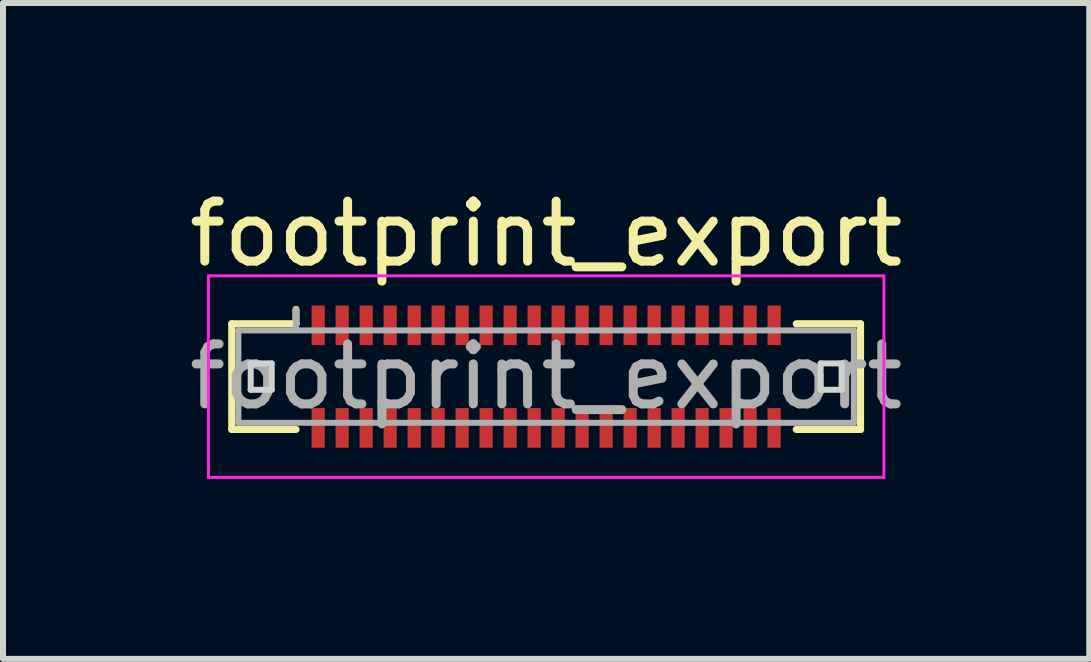
<source format=kicad_pcb>
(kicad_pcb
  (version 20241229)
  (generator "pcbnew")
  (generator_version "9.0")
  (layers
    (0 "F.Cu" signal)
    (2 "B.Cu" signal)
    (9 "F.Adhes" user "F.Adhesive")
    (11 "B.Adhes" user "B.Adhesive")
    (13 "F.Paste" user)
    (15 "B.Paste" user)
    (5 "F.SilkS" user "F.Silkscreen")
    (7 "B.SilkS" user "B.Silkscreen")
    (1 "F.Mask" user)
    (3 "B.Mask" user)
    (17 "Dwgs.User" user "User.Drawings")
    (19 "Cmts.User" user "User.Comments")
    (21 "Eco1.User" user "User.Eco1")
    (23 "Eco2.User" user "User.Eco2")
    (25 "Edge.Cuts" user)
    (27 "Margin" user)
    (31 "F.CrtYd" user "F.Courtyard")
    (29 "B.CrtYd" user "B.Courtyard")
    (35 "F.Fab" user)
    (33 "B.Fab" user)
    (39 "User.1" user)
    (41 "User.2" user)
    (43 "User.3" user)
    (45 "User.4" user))
  (footprint "footprint_export"
    (layer "F.Cu")
    (at 6.054 3.228)
    (property "Reference" "footprint_export" (at 0 -2.38 0) (layer "F.SilkS") (effects (font (size 1 1) (thickness 0.15))))
    (attr smd)
    (fp_line (start -5.24 -0.88) (end -4.17 -0.88) (stroke (width 0.12) (type solid)) (layer "F.SilkS"))
    (fp_line (start -5.24 0.88) (end -5.24 -0.88) (stroke (width 0.12) (type solid)) (layer "F.SilkS"))
    (fp_line (start -4.17 -0.88) (end -4.17 -1.12) (stroke (width 0.12) (type solid)) (layer "F.SilkS"))
    (fp_line (start -4.17 0.88) (end -5.24 0.88) (stroke (width 0.12) (type solid)) (layer "F.SilkS"))
    (fp_line (start 4.17 0.88) (end 5.24 0.88) (stroke (width 0.12) (type solid)) (layer "F.SilkS"))
    (fp_line (start 5.24 -0.88) (end 4.17 -0.88) (stroke (width 0.12) (type solid)) (layer "F.SilkS"))
    (fp_line (start 5.24 0.88) (end 5.24 -0.88) (stroke (width 0.12) (type solid)) (layer "F.SilkS"))
    (fp_line (start -4.925 -0.22) (end -4.925 0.22) (stroke (width 0.1) (type solid)) (layer "Edge.Cuts"))
    (fp_line (start -4.925 0.22) (end -4.575 0.22) (stroke (width 0.1) (type solid)) (layer "Edge.Cuts"))
    (fp_line (start -4.575 -0.22) (end -4.925 -0.22) (stroke (width 0.1) (type solid)) (layer "Edge.Cuts"))
    (fp_line (start -4.575 0.22) (end -4.575 -0.22) (stroke (width 0.1) (type solid)) (layer "Edge.Cuts"))
    (fp_line (start 4.575 -0.22) (end 4.575 0.22) (stroke (width 0.1) (type solid)) (layer "Edge.Cuts"))
    (fp_line (start 4.575 0.22) (end 4.925 0.22) (stroke (width 0.1) (type solid)) (layer "Edge.Cuts"))
    (fp_line (start 4.925 -0.22) (end 4.575 -0.22) (stroke (width 0.1) (type solid)) (layer "Edge.Cuts"))
    (fp_line (start 4.925 0.22) (end 4.925 -0.22) (stroke (width 0.1) (type solid)) (layer "Edge.Cuts"))
    (fp_line (start -5.63 -1.68) (end -5.63 1.68) (stroke (width 0.05) (type solid)) (layer "F.CrtYd"))
    (fp_line (start -5.63 1.68) (end 5.63 1.68) (stroke (width 0.05) (type solid)) (layer "F.CrtYd"))
    (fp_line (start 5.63 -1.68) (end -5.63 -1.68) (stroke (width 0.05) (type solid)) (layer "F.CrtYd"))
    (fp_line (start 5.63 1.68) (end 5.63 -1.68) (stroke (width 0.05) (type solid)) (layer "F.CrtYd"))
    (fp_line (start -5.13 -0.77) (end -5.13 0.77) (stroke (width 0.1) (type solid)) (layer "F.Fab"))
    (fp_line (start -5.13 0.77) (end 5.13 0.77) (stroke (width 0.1) (type solid)) (layer "F.Fab"))
    (fp_line (start -4.17 -0.77) (end -4.17 -1.12) (stroke (width 0.1) (type solid)) (layer "F.Fab"))
    (fp_line (start 5.13 -0.77) (end -5.13 -0.77) (stroke (width 0.1) (type solid)) (layer "F.Fab"))
    (fp_line (start 5.13 0.77) (end 5.13 -0.77) (stroke (width 0.1) (type solid)) (layer "F.Fab"))
    (fp_text user "${REFERENCE}" (at 0 0 0) (layer "F.Fab") (effects (font (size 1 1) (thickness 0.15))))
    (pad "1" smd rect (at -3.8 -0.855) (size 0.22 0.66) (layers "F.Cu" "F.Mask" "F.Paste"))
    (pad "2" smd rect (at -3.8 0.855) (size 0.22 0.66) (layers "F.Cu" "F.Mask" "F.Paste"))
    (pad "3" smd rect (at -3.4 -0.855) (size 0.22 0.66) (layers "F.Cu" "F.Mask" "F.Paste"))
    (pad "4" smd rect (at -3.4 0.855) (size 0.22 0.66) (layers "F.Cu" "F.Mask" "F.Paste"))
    (pad "5" smd rect (at -3 -0.855) (size 0.22 0.66) (layers "F.Cu" "F.Mask" "F.Paste"))
    (pad "6" smd rect (at -3 0.855) (size 0.22 0.66) (layers "F.Cu" "F.Mask" "F.Paste"))
    (pad "7" smd rect (at -2.6 -0.855) (size 0.22 0.66) (layers "F.Cu" "F.Mask" "F.Paste"))
    (pad "8" smd rect (at -2.6 0.855) (size 0.22 0.66) (layers "F.Cu" "F.Mask" "F.Paste"))
    (pad "9" smd rect (at -2.2 -0.855) (size 0.22 0.66) (layers "F.Cu" "F.Mask" "F.Paste"))
    (pad "10" smd rect (at -2.2 0.855) (size 0.22 0.66) (layers "F.Cu" "F.Mask" "F.Paste"))
    (pad "11" smd rect (at -1.8 -0.855) (size 0.22 0.66) (layers "F.Cu" "F.Mask" "F.Paste"))
    (pad "12" smd rect (at -1.8 0.855) (size 0.22 0.66) (layers "F.Cu" "F.Mask" "F.Paste"))
    (pad "13" smd rect (at -1.4 -0.855) (size 0.22 0.66) (layers "F.Cu" "F.Mask" "F.Paste"))
    (pad "14" smd rect (at -1.4 0.855) (size 0.22 0.66) (layers "F.Cu" "F.Mask" "F.Paste"))
    (pad "15" smd rect (at -1 -0.855) (size 0.22 0.66) (layers "F.Cu" "F.Mask" "F.Paste"))
    (pad "16" smd rect (at -1 0.855) (size 0.22 0.66) (layers "F.Cu" "F.Mask" "F.Paste"))
    (pad "17" smd rect (at -0.6 -0.855) (size 0.22 0.66) (layers "F.Cu" "F.Mask" "F.Paste"))
    (pad "18" smd rect (at -0.6 0.855) (size 0.22 0.66) (layers "F.Cu" "F.Mask" "F.Paste"))
    (pad "19" smd rect (at -0.2 -0.855) (size 0.22 0.66) (layers "F.Cu" "F.Mask" "F.Paste"))
    (pad "20" smd rect (at -0.2 0.855) (size 0.22 0.66) (layers "F.Cu" "F.Mask" "F.Paste"))
    (pad "21" smd rect (at 0.2 -0.855) (size 0.22 0.66) (layers "F.Cu" "F.Mask" "F.Paste"))
    (pad "22" smd rect (at 0.2 0.855) (size 0.22 0.66) (layers "F.Cu" "F.Mask" "F.Paste"))
    (pad "23" smd rect (at 0.6 -0.855) (size 0.22 0.66) (layers "F.Cu" "F.Mask" "F.Paste"))
    (pad "24" smd rect (at 0.6 0.855) (size 0.22 0.66) (layers "F.Cu" "F.Mask" "F.Paste"))
    (pad "25" smd rect (at 1 -0.855) (size 0.22 0.66) (layers "F.Cu" "F.Mask" "F.Paste"))
    (pad "26" smd rect (at 1 0.855) (size 0.22 0.66) (layers "F.Cu" "F.Mask" "F.Paste"))
    (pad "27" smd rect (at 1.4 -0.855) (size 0.22 0.66) (layers "F.Cu" "F.Mask" "F.Paste"))
    (pad "28" smd rect (at 1.4 0.855) (size 0.22 0.66) (layers "F.Cu" "F.Mask" "F.Paste"))
    (pad "29" smd rect (at 1.8 -0.855) (size 0.22 0.66) (layers "F.Cu" "F.Mask" "F.Paste"))
    (pad "30" smd rect (at 1.8 0.855) (size 0.22 0.66) (layers "F.Cu" "F.Mask" "F.Paste"))
    (pad "31" smd rect (at 2.2 -0.855) (size 0.22 0.66) (layers "F.Cu" "F.Mask" "F.Paste"))
    (pad "32" smd rect (at 2.2 0.855) (size 0.22 0.66) (layers "F.Cu" "F.Mask" "F.Paste"))
    (pad "33" smd rect (at 2.6 -0.855) (size 0.22 0.66) (layers "F.Cu" "F.Mask" "F.Paste"))
    (pad "34" smd rect (at 2.6 0.855) (size 0.22 0.66) (layers "F.Cu" "F.Mask" "F.Paste"))
    (pad "35" smd rect (at 3 -0.855) (size 0.22 0.66) (layers "F.Cu" "F.Mask" "F.Paste"))
    (pad "36" smd rect (at 3 0.855) (size 0.22 0.66) (layers "F.Cu" "F.Mask" "F.Paste"))
    (pad "37" smd rect (at 3.4 -0.855) (size 0.22 0.66) (layers "F.Cu" "F.Mask" "F.Paste"))
    (pad "38" smd rect (at 3.4 0.855) (size 0.22 0.66) (layers "F.Cu" "F.Mask" "F.Paste"))
    (pad "39" smd rect (at 3.8 -0.855) (size 0.22 0.66) (layers "F.Cu" "F.Mask" "F.Paste"))
    (pad "40" smd rect (at 3.8 0.855) (size 0.22 0.66) (layers "F.Cu" "F.Mask" "F.Paste")))
  (gr_rect
    (start -3 -3)
    (end 15.107 7.933)
    (stroke (width 0.1) (type default))
    (fill no)
    (layer "Edge.Cuts")))
</source>
